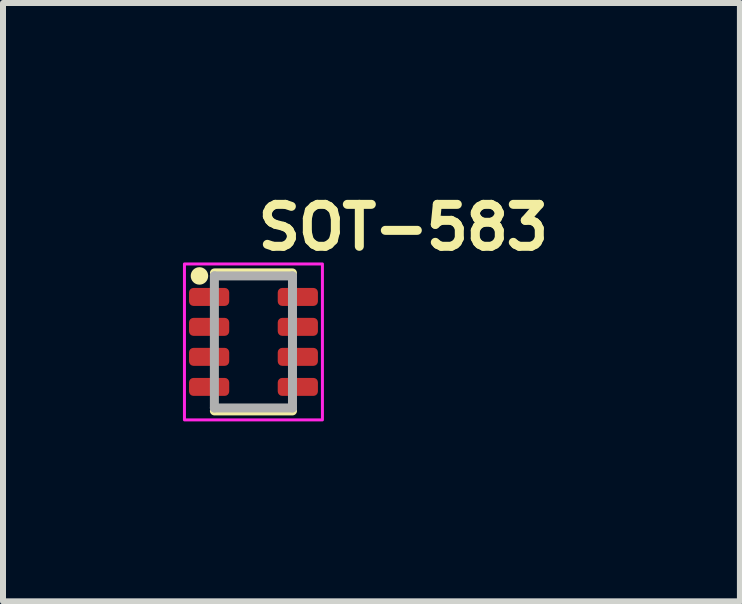
<source format=kicad_pcb>
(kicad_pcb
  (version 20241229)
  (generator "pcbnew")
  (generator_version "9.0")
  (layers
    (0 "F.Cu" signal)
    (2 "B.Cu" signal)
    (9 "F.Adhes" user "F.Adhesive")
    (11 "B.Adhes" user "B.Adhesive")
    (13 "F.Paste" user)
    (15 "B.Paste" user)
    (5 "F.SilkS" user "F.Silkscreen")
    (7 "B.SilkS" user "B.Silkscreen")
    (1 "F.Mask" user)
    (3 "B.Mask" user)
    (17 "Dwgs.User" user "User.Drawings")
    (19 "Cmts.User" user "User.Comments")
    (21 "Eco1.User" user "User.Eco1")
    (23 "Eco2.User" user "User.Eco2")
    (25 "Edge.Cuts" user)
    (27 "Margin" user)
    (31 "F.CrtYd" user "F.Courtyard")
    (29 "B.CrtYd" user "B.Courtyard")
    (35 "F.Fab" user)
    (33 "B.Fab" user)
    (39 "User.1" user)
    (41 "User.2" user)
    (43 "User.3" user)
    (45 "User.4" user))
  (footprint "SOT-583"
    (layer "F.Cu")
    (at 1.175 2.65)
    (property "Reference" "SOT-583" (at 0 -1.5 0) (layer "F.SilkS") (effects (font (size 0.7 0.7) (thickness 0.15)) (justify left bottom)))
    (attr smd)
    (fp_line (start -0.651 1.15) (end 0.651 1.15) (stroke (width 0.15) (type solid)) (layer "F.SilkS"))
    (fp_line (start -0.65 -1.15) (end 0.65 -1.15) (stroke (width 0.15) (type solid)) (layer "F.SilkS"))
    (fp_circle (center -0.9 -1.1) (end -0.85 -1.05) (stroke (width 0.15) (type solid)) (fill yes) (layer "F.SilkS"))
    (fp_rect (start -1.15 -1.3) (end 1.15 1.3) (stroke (width 0.05) (type solid)) (fill no) (layer "F.CrtYd"))
    (fp_line (start -0.651 -1.101) (end 0.651 -1.101) (stroke (width 0.15) (type solid)) (layer "F.Fab"))
    (fp_line (start -0.651 1.101) (end -0.651 -1.101) (stroke (width 0.15) (type solid)) (layer "F.Fab"))
    (fp_line (start -0.651 1.101) (end 0.651 1.101) (stroke (width 0.15) (type solid)) (layer "F.Fab"))
    (fp_line (start 0.651 1.101) (end 0.651 -1.101) (stroke (width 0.15) (type solid)) (layer "F.Fab"))
    (fp_rect (start -0.799 -1.05) (end 0.801 1.05) (stroke (width 0.1) (type solid)) (fill no) (layer "User.5"))
    (fp_line (start -0.799 -0.851) (end -0.799 -0.649) (stroke (width 0.02) (type solid)) (layer "User.9"))
    (fp_line (start -0.799 -0.649) (end -0.591 -0.649) (stroke (width 0.02) (type solid)) (layer "User.9"))
    (fp_line (start -0.799 -0.349) (end -0.799 -0.15) (stroke (width 0.02) (type solid)) (layer "User.9"))
    (fp_line (start -0.799 -0.15) (end -0.591 -0.15) (stroke (width 0.02) (type solid)) (layer "User.9"))
    (fp_line (start -0.799 0.15) (end -0.799 0.35) (stroke (width 0.02) (type solid)) (layer "User.9"))
    (fp_line (start -0.799 0.35) (end -0.591 0.35) (stroke (width 0.02) (type solid)) (layer "User.9"))
    (fp_line (start -0.799 0.65) (end -0.799 0.851) (stroke (width 0.02) (type solid)) (layer "User.9"))
    (fp_line (start -0.799 0.851) (end -0.591 0.851) (stroke (width 0.02) (type solid)) (layer "User.9"))
    (fp_line (start -0.599 -1.006) (end -0.598 -1.01) (stroke (width 0.02) (type solid)) (layer "User.9"))
    (fp_line (start -0.599 -1) (end -0.599 -1.006) (stroke (width 0.02) (type solid)) (layer "User.9"))
    (fp_line (start -0.599 -0.851) (end -0.599 -1) (stroke (width 0.02) (type solid)) (layer "User.9"))
    (fp_line (start -0.599 -0.349) (end -0.599 -0.649) (stroke (width 0.02) (type solid)) (layer "User.9"))
    (fp_line (start -0.599 0.15) (end -0.599 -0.15) (stroke (width 0.02) (type solid)) (layer "User.9"))
    (fp_line (start -0.599 0.65) (end -0.599 0.35) (stroke (width 0.02) (type solid)) (layer "User.9"))
    (fp_line (start -0.599 1) (end -0.599 0.851) (stroke (width 0.02) (type solid)) (layer "User.9"))
    (fp_line (start -0.599 1.006) (end -0.599 1) (stroke (width 0.02) (type solid)) (layer "User.9"))
    (fp_line (start -0.598 -1.012) (end -0.597 -1.014) (stroke (width 0.02) (type solid)) (layer "User.9"))
    (fp_line (start -0.598 -1.01) (end -0.598 -1.012) (stroke (width 0.02) (type solid)) (layer "User.9"))
    (fp_line (start -0.598 1.008) (end -0.599 1.006) (stroke (width 0.02) (type solid)) (layer "User.9"))
    (fp_line (start -0.598 1.012) (end -0.598 1.008) (stroke (width 0.02) (type solid)) (layer "User.9"))
    (fp_line (start -0.597 -1.016) (end -0.596 -1.02) (stroke (width 0.02) (type solid)) (layer "User.9"))
    (fp_line (start -0.597 -1.014) (end -0.597 -1.016) (stroke (width 0.02) (type solid)) (layer "User.9"))
    (fp_line (start -0.597 1.014) (end -0.598 1.012) (stroke (width 0.02) (type solid)) (layer "User.9"))
    (fp_line (start -0.597 1.016) (end -0.597 1.014) (stroke (width 0.02) (type solid)) (layer "User.9"))
    (fp_line (start -0.596 -1.02) (end -0.595 -1.022) (stroke (width 0.02) (type solid)) (layer "User.9"))
    (fp_line (start -0.596 1.018) (end -0.597 1.016) (stroke (width 0.02) (type solid)) (layer "User.9"))
    (fp_line (start -0.595 -1.024) (end -0.594 -1.026) (stroke (width 0.02) (type solid)) (layer "User.9"))
    (fp_line (start -0.595 -1.022) (end -0.595 -1.024) (stroke (width 0.02) (type solid)) (layer "User.9"))
    (fp_line (start -0.595 1.02) (end -0.596 1.018) (stroke (width 0.02) (type solid)) (layer "User.9"))
    (fp_line (start -0.595 1.022) (end -0.595 1.02) (stroke (width 0.02) (type solid)) (layer "User.9"))
    (fp_line (start -0.594 -1.026) (end -0.593 -1.028) (stroke (width 0.02) (type solid)) (layer "User.9"))
    (fp_line (start -0.594 1.024) (end -0.595 1.022) (stroke (width 0.02) (type solid)) (layer "User.9"))
    (fp_line (start -0.593 -1.028) (end -0.592 -1.03) (stroke (width 0.02) (type solid)) (layer "User.9"))
    (fp_line (start -0.593 1.026) (end -0.594 1.024) (stroke (width 0.02) (type solid)) (layer "User.9"))
    (fp_line (start -0.592 -1.03) (end -0.59 -1.032) (stroke (width 0.02) (type solid)) (layer "User.9"))
    (fp_line (start -0.592 1.028) (end -0.593 1.026) (stroke (width 0.02) (type solid)) (layer "User.9"))
    (fp_line (start -0.591 -0.851) (end -0.799 -0.851) (stroke (width 0.02) (type solid)) (layer "User.9"))
    (fp_line (start -0.591 -0.649) (end -0.591 -0.851) (stroke (width 0.02) (type solid)) (layer "User.9"))
    (fp_line (start -0.591 -0.349) (end -0.799 -0.349) (stroke (width 0.02) (type solid)) (layer "User.9"))
    (fp_line (start -0.591 -0.15) (end -0.591 -0.349) (stroke (width 0.02) (type solid)) (layer "User.9"))
    (fp_line (start -0.591 0.15) (end -0.799 0.15) (stroke (width 0.02) (type solid)) (layer "User.9"))
    (fp_line (start -0.591 0.35) (end -0.591 0.15) (stroke (width 0.02) (type solid)) (layer "User.9"))
    (fp_line (start -0.591 0.65) (end -0.799 0.65) (stroke (width 0.02) (type solid)) (layer "User.9"))
    (fp_line (start -0.591 0.851) (end -0.591 0.65) (stroke (width 0.02) (type solid)) (layer "User.9"))
    (fp_line (start -0.59 -1.032) (end -0.589 -1.034) (stroke (width 0.02) (type solid)) (layer "User.9"))
    (fp_line (start -0.59 1.03) (end -0.592 1.028) (stroke (width 0.02) (type solid)) (layer "User.9"))
    (fp_line (start -0.589 -1.034) (end -0.588 -1.036) (stroke (width 0.02) (type solid)) (layer "User.9"))
    (fp_line (start -0.589 1.032) (end -0.59 1.03) (stroke (width 0.02) (type solid)) (layer "User.9"))
    (fp_line (start -0.588 -1.036) (end -0.586 -1.036) (stroke (width 0.02) (type solid)) (layer "User.9"))
    (fp_line (start -0.588 1.034) (end -0.589 1.032) (stroke (width 0.02) (type solid)) (layer "User.9"))
    (fp_line (start -0.586 -1.036) (end -0.585 -1.038) (stroke (width 0.02) (type solid)) (layer "User.9"))
    (fp_line (start -0.586 1.036) (end -0.588 1.034) (stroke (width 0.02) (type solid)) (layer "User.9"))
    (fp_line (start -0.585 -1.038) (end -0.583 -1.038) (stroke (width 0.02) (type solid)) (layer "User.9"))
    (fp_line (start -0.585 1.038) (end -0.586 1.036) (stroke (width 0.02) (type solid)) (layer "User.9"))
    (fp_line (start -0.583 -1.038) (end -0.581 -1.04) (stroke (width 0.02) (type solid)) (layer "User.9"))
    (fp_line (start -0.583 1.038) (end -0.585 1.038) (stroke (width 0.02) (type solid)) (layer "User.9"))
    (fp_line (start -0.581 -1.04) (end -0.578 -1.042) (stroke (width 0.02) (type solid)) (layer "User.9"))
    (fp_line (start -0.581 1.04) (end -0.583 1.038) (stroke (width 0.02) (type solid)) (layer "User.9"))
    (fp_line (start -0.578 -1.042) (end -0.576 -1.042) (stroke (width 0.02) (type solid)) (layer "User.9"))
    (fp_line (start -0.578 1.042) (end -0.581 1.04) (stroke (width 0.02) (type solid)) (layer "User.9"))
    (fp_line (start -0.576 -1.042) (end -0.574 -1.044) (stroke (width 0.02) (type solid)) (layer "User.9"))
    (fp_line (start -0.576 1.042) (end -0.578 1.042) (stroke (width 0.02) (type solid)) (layer "User.9"))
    (fp_line (start -0.574 -1.044) (end -0.572 -1.044) (stroke (width 0.02) (type solid)) (layer "User.9"))
    (fp_line (start -0.574 1.042) (end -0.576 1.042) (stroke (width 0.02) (type solid)) (layer "User.9"))
    (fp_line (start -0.572 -1.044) (end -0.57 -1.046) (stroke (width 0.02) (type solid)) (layer "User.9"))
    (fp_line (start -0.572 1.044) (end -0.574 1.042) (stroke (width 0.02) (type solid)) (layer "User.9"))
    (fp_line (start -0.57 -1.046) (end -0.568 -1.046) (stroke (width 0.02) (type solid)) (layer "User.9"))
    (fp_line (start -0.57 1.044) (end -0.572 1.044) (stroke (width 0.02) (type solid)) (layer "User.9"))
    (fp_line (start -0.568 -1.046) (end -0.565 -1.048) (stroke (width 0.02) (type solid)) (layer "User.9"))
    (fp_line (start -0.568 1.046) (end -0.57 1.044) (stroke (width 0.02) (type solid)) (layer "User.9"))
    (fp_line (start -0.565 -1.048) (end -0.564 -1.048) (stroke (width 0.02) (type solid)) (layer "User.9"))
    (fp_line (start -0.565 1.046) (end -0.568 1.046) (stroke (width 0.02) (type solid)) (layer "User.9"))
    (fp_line (start -0.564 -1.048) (end -0.562 -1.048) (stroke (width 0.02) (type solid)) (layer "User.9"))
    (fp_line (start -0.564 1.046) (end -0.565 1.046) (stroke (width 0.02) (type solid)) (layer "User.9"))
    (fp_line (start -0.562 -1.048) (end -0.559 -1.048) (stroke (width 0.02) (type solid)) (layer "User.9"))
    (fp_line (start -0.562 1.048) (end -0.564 1.046) (stroke (width 0.02) (type solid)) (layer "User.9"))
    (fp_line (start -0.559 -1.048) (end -0.556 -1.05) (stroke (width 0.02) (type solid)) (layer "User.9"))
    (fp_line (start -0.559 1.048) (end -0.562 1.048) (stroke (width 0.02) (type solid)) (layer "User.9"))
    (fp_line (start -0.556 -1.05) (end -0.551 -1.05) (stroke (width 0.02) (type solid)) (layer "User.9"))
    (fp_line (start -0.556 1.048) (end -0.559 1.048) (stroke (width 0.02) (type solid)) (layer "User.9"))
    (fp_line (start -0.554 -0.962) (end -0.554 -0.959) (stroke (width 0.02) (type solid)) (layer "User.9"))
    (fp_line (start -0.554 -0.959) (end -0.554 -0.958) (stroke (width 0.02) (type solid)) (layer "User.9"))
    (fp_line (start -0.554 -0.958) (end -0.554 -0.955) (stroke (width 0.02) (type solid)) (layer "User.9"))
    (fp_line (start -0.553 -0.967) (end -0.553 -0.964) (stroke (width 0.02) (type solid)) (layer "User.9"))
    (fp_line (start -0.553 -0.964) (end -0.554 -0.962) (stroke (width 0.02) (type solid)) (layer "User.9"))
    (fp_line (start -0.552 -0.969) (end -0.553 -0.967) (stroke (width 0.02) (type solid)) (layer "User.9"))
    (fp_line (start -0.551 -0.971) (end -0.552 -0.969) (stroke (width 0.02) (type solid)) (layer "User.9"))
    (fp_line (start -0.551 1.05) (end -0.556 1.048) (stroke (width 0.02) (type solid)) (layer "User.9"))
    (fp_line (start -0.55 -0.974) (end -0.551 -0.971) (stroke (width 0.02) (type solid)) (layer "User.9"))
    (fp_line (start -0.549 -0.977) (end -0.55 -0.974) (stroke (width 0.02) (type solid)) (layer "User.9"))
    (fp_line (start -0.547 -0.979) (end -0.549 -0.977) (stroke (width 0.02) (type solid)) (layer "User.9"))
    (fp_line (start -0.546 -0.981) (end -0.547 -0.979) (stroke (width 0.02) (type solid)) (layer "User.9"))
    (fp_line (start -0.545 -0.983) (end -0.546 -0.981) (stroke (width 0.02) (type solid)) (layer "User.9"))
    (fp_line (start -0.543 -0.985) (end -0.545 -0.983) (stroke (width 0.02) (type solid)) (layer "User.9"))
    (fp_line (start -0.542 -0.987) (end -0.543 -0.985) (stroke (width 0.02) (type solid)) (layer "User.9"))
    (fp_line (start -0.54 -0.989) (end -0.542 -0.987) (stroke (width 0.02) (type solid)) (layer "User.9"))
    (fp_line (start -0.538 -0.99) (end -0.54 -0.989) (stroke (width 0.02) (type solid)) (layer "User.9"))
    (fp_line (start -0.537 -0.991) (end -0.538 -0.99) (stroke (width 0.02) (type solid)) (layer "User.9"))
    (fp_line (start -0.535 -0.993) (end -0.537 -0.991) (stroke (width 0.02) (type solid)) (layer "User.9"))
    (fp_line (start -0.533 -0.994) (end -0.535 -0.993) (stroke (width 0.02) (type solid)) (layer "User.9"))
    (fp_line (start -0.531 -0.996) (end -0.533 -0.994) (stroke (width 0.02) (type solid)) (layer "User.9"))
    (fp_line (start -0.53 -0.997) (end -0.531 -0.996) (stroke (width 0.02) (type solid)) (layer "User.9"))
    (fp_line (start -0.528 -0.998) (end -0.53 -0.997) (stroke (width 0.02) (type solid)) (layer "User.9"))
    (fp_line (start -0.526 -0.999) (end -0.528 -0.998) (stroke (width 0.02) (type solid)) (layer "User.9"))
    (fp_line (start -0.524 -1) (end -0.526 -0.999) (stroke (width 0.02) (type solid)) (layer "User.9"))
    (fp_line (start -0.521 -1) (end -0.524 -1) (stroke (width 0.02) (type solid)) (layer "User.9"))
    (fp_line (start -0.519 -1.002) (end -0.521 -1) (stroke (width 0.02) (type solid)) (layer "User.9"))
    (fp_line (start -0.517 -1.002) (end -0.519 -1.002) (stroke (width 0.02) (type solid)) (layer "User.9"))
    (fp_line (start -0.513 -1.002) (end -0.517 -1.002) (stroke (width 0.02) (type solid)) (layer "User.9"))
    (fp_line (start -0.511 -1.004) (end -0.513 -1.002) (stroke (width 0.02) (type solid)) (layer "User.9"))
    (fp_line (start -0.508 -1.004) (end -0.511 -1.004) (stroke (width 0.02) (type solid)) (layer "User.9"))
    (fp_line (start -0.506 -1.004) (end -0.508 -1.004) (stroke (width 0.02) (type solid)) (layer "User.9"))
    (fp_line (start -0.503 -1.004) (end -0.506 -1.004) (stroke (width 0.02) (type solid)) (layer "User.9"))
    (fp_line (start -0.503 -0.955) (end -0.503 -1.004) (stroke (width 0.02) (type solid)) (layer "User.9"))
    (fp_line (start -0.503 0.954) (end -0.554 0.954) (stroke (width 0.02) (type solid)) (layer "User.9"))
    (fp_line (start -0.503 1.004) (end -0.503 0.954) (stroke (width 0.02) (type solid)) (layer "User.9"))
    (fp_line (start 0.504 -0.955) (end 0.553 -0.955) (stroke (width 0.02) (type solid)) (layer "User.9"))
    (fp_line (start 0.504 0.954) (end 0.504 1.004) (stroke (width 0.02) (type solid)) (layer "User.9"))
    (fp_line (start 0.504 1.004) (end 0.506 1.004) (stroke (width 0.02) (type solid)) (layer "User.9"))
    (fp_line (start 0.506 -1.004) (end 0.504 -1.004) (stroke (width 0.02) (type solid)) (layer "User.9"))
    (fp_line (start 0.506 1.004) (end 0.508 1.004) (stroke (width 0.02) (type solid)) (layer "User.9"))
    (fp_line (start 0.508 -1.004) (end 0.506 -1.004) (stroke (width 0.02) (type solid)) (layer "User.9"))
    (fp_line (start 0.508 1.004) (end 0.512 1.004) (stroke (width 0.02) (type solid)) (layer "User.9"))
    (fp_line (start 0.512 -1.004) (end 0.508 -1.004) (stroke (width 0.02) (type solid)) (layer "User.9"))
    (fp_line (start 0.512 1.004) (end 0.514 1.002) (stroke (width 0.02) (type solid)) (layer "User.9"))
    (fp_line (start 0.514 -1.002) (end 0.512 -1.004) (stroke (width 0.02) (type solid)) (layer "User.9"))
    (fp_line (start 0.514 1.002) (end 0.516 1.002) (stroke (width 0.02) (type solid)) (layer "User.9"))
    (fp_line (start 0.516 -1.002) (end 0.514 -1.002) (stroke (width 0.02) (type solid)) (layer "User.9"))
    (fp_line (start 0.516 1.002) (end 0.518 1.002) (stroke (width 0.02) (type solid)) (layer "User.9"))
    (fp_line (start 0.518 -1.002) (end 0.516 -1.002) (stroke (width 0.02) (type solid)) (layer "User.9"))
    (fp_line (start 0.518 1.002) (end 0.52 1) (stroke (width 0.02) (type solid)) (layer "User.9"))
    (fp_line (start 0.52 -1) (end 0.518 -1.002) (stroke (width 0.02) (type solid)) (layer "User.9"))
    (fp_line (start 0.52 1) (end 0.524 1) (stroke (width 0.02) (type solid)) (layer "User.9"))
    (fp_line (start 0.524 -1) (end 0.52 -1) (stroke (width 0.02) (type solid)) (layer "User.9"))
    (fp_line (start 0.524 1) (end 0.526 0.998) (stroke (width 0.02) (type solid)) (layer "User.9"))
    (fp_line (start 0.526 -0.999) (end 0.524 -1) (stroke (width 0.02) (type solid)) (layer "User.9"))
    (fp_line (start 0.526 0.998) (end 0.528 0.998) (stroke (width 0.02) (type solid)) (layer "User.9"))
    (fp_line (start 0.528 -0.998) (end 0.526 -0.999) (stroke (width 0.02) (type solid)) (layer "User.9"))
    (fp_line (start 0.528 0.998) (end 0.53 0.996) (stroke (width 0.02) (type solid)) (layer "User.9"))
    (fp_line (start 0.53 -0.997) (end 0.528 -0.998) (stroke (width 0.02) (type solid)) (layer "User.9"))
    (fp_line (start 0.53 0.996) (end 0.532 0.996) (stroke (width 0.02) (type solid)) (layer "User.9"))
    (fp_line (start 0.532 -0.996) (end 0.53 -0.997) (stroke (width 0.02) (type solid)) (layer "User.9"))
    (fp_line (start 0.532 0.996) (end 0.534 0.994) (stroke (width 0.02) (type solid)) (layer "User.9"))
    (fp_line (start 0.534 -0.994) (end 0.532 -0.996) (stroke (width 0.02) (type solid)) (layer "User.9"))
    (fp_line (start 0.534 0.994) (end 0.536 0.992) (stroke (width 0.02) (type solid)) (layer "User.9"))
    (fp_line (start 0.536 -0.993) (end 0.534 -0.994) (stroke (width 0.02) (type solid)) (layer "User.9"))
    (fp_line (start 0.536 0.992) (end 0.538 0.99) (stroke (width 0.02) (type solid)) (layer "User.9"))
    (fp_line (start 0.538 -0.991) (end 0.536 -0.993) (stroke (width 0.02) (type solid)) (layer "User.9"))
    (fp_line (start 0.538 -0.99) (end 0.538 -0.991) (stroke (width 0.02) (type solid)) (layer "User.9"))
    (fp_line (start 0.538 0.988) (end 0.541 0.988) (stroke (width 0.02) (type solid)) (layer "User.9"))
    (fp_line (start 0.538 0.99) (end 0.538 0.988) (stroke (width 0.02) (type solid)) (layer "User.9"))
    (fp_line (start 0.541 -0.989) (end 0.538 -0.99) (stroke (width 0.02) (type solid)) (layer "User.9"))
    (fp_line (start 0.541 0.988) (end 0.543 0.986) (stroke (width 0.02) (type solid)) (layer "User.9"))
    (fp_line (start 0.543 -0.987) (end 0.541 -0.989) (stroke (width 0.02) (type solid)) (layer "User.9"))
    (fp_line (start 0.543 -0.985) (end 0.543 -0.987) (stroke (width 0.02) (type solid)) (layer "User.9"))
    (fp_line (start 0.543 0.984) (end 0.545 0.982) (stroke (width 0.02) (type solid)) (layer "User.9"))
    (fp_line (start 0.543 0.986) (end 0.543 0.984) (stroke (width 0.02) (type solid)) (layer "User.9"))
    (fp_line (start 0.545 -0.983) (end 0.543 -0.985) (stroke (width 0.02) (type solid)) (layer "User.9"))
    (fp_line (start 0.545 0.982) (end 0.547 0.98) (stroke (width 0.02) (type solid)) (layer "User.9"))
    (fp_line (start 0.547 -0.981) (end 0.545 -0.983) (stroke (width 0.02) (type solid)) (layer "User.9"))
    (fp_line (start 0.547 -0.979) (end 0.547 -0.981) (stroke (width 0.02) (type solid)) (layer "User.9"))
    (fp_line (start 0.547 0.978) (end 0.549 0.976) (stroke (width 0.02) (type solid)) (layer "User.9"))
    (fp_line (start 0.547 0.98) (end 0.547 0.978) (stroke (width 0.02) (type solid)) (layer "User.9"))
    (fp_line (start 0.549 -0.977) (end 0.547 -0.979) (stroke (width 0.02) (type solid)) (layer "User.9"))
    (fp_line (start 0.549 -0.974) (end 0.549 -0.977) (stroke (width 0.02) (type solid)) (layer "User.9"))
    (fp_line (start 0.549 0.974) (end 0.551 0.97) (stroke (width 0.02) (type solid)) (layer "User.9"))
    (fp_line (start 0.549 0.976) (end 0.549 0.974) (stroke (width 0.02) (type solid)) (layer "User.9"))
    (fp_line (start 0.551 -1.05) (end -0.551 -1.05) (stroke (width 0.02) (type solid)) (layer "User.9"))
    (fp_line (start 0.551 -1.05) (end 0.555 -1.05) (stroke (width 0.02) (type solid)) (layer "User.9"))
    (fp_line (start 0.551 -0.971) (end 0.549 -0.974) (stroke (width 0.02) (type solid)) (layer "User.9"))
    (fp_line (start 0.551 -0.969) (end 0.551 -0.971) (stroke (width 0.02) (type solid)) (layer "User.9"))
    (fp_line (start 0.551 0.968) (end 0.553 0.966) (stroke (width 0.02) (type solid)) (layer "User.9"))
    (fp_line (start 0.551 0.97) (end 0.551 0.968) (stroke (width 0.02) (type solid)) (layer "User.9"))
    (fp_line (start 0.551 1.05) (end -0.551 1.05) (stroke (width 0.02) (type solid)) (layer "User.9"))
    (fp_line (start 0.553 -0.967) (end 0.551 -0.969) (stroke (width 0.02) (type solid)) (layer "User.9"))
    (fp_line (start 0.553 -0.964) (end 0.553 -0.967) (stroke (width 0.02) (type solid)) (layer "User.9"))
    (fp_line (start 0.553 -0.962) (end 0.553 -0.964) (stroke (width 0.02) (type solid)) (layer "User.9"))
    (fp_line (start 0.553 -0.959) (end 0.553 -0.962) (stroke (width 0.02) (type solid)) (layer "User.9"))
    (fp_line (start 0.553 -0.958) (end 0.553 -0.959) (stroke (width 0.02) (type solid)) (layer "User.9"))
    (fp_line (start 0.553 -0.955) (end 0.553 -0.958) (stroke (width 0.02) (type solid)) (layer "User.9"))
    (fp_line (start 0.553 0.956) (end 0.553 0.954) (stroke (width 0.02) (type solid)) (layer "User.9"))
    (fp_line (start 0.553 0.958) (end 0.553 0.956) (stroke (width 0.02) (type solid)) (layer "User.9"))
    (fp_line (start 0.553 0.962) (end 0.553 0.958) (stroke (width 0.02) (type solid)) (layer "User.9"))
    (fp_line (start 0.553 0.964) (end 0.553 0.962) (stroke (width 0.02) (type solid)) (layer "User.9"))
    (fp_line (start 0.553 0.966) (end 0.553 0.964) (stroke (width 0.02) (type solid)) (layer "User.9"))
    (fp_line (start 0.555 -1.05) (end 0.559 -1.048) (stroke (width 0.02) (type solid)) (layer "User.9"))
    (fp_line (start 0.555 1.048) (end 0.551 1.05) (stroke (width 0.02) (type solid)) (layer "User.9"))
    (fp_line (start 0.559 -1.048) (end 0.561 -1.048) (stroke (width 0.02) (type solid)) (layer "User.9"))
    (fp_line (start 0.559 1.048) (end 0.555 1.048) (stroke (width 0.02) (type solid)) (layer "User.9"))
    (fp_line (start 0.561 -1.048) (end 0.563 -1.048) (stroke (width 0.02) (type solid)) (layer "User.9"))
    (fp_line (start 0.561 1.048) (end 0.559 1.048) (stroke (width 0.02) (type solid)) (layer "User.9"))
    (fp_line (start 0.563 -1.048) (end 0.565 -1.048) (stroke (width 0.02) (type solid)) (layer "User.9"))
    (fp_line (start 0.563 1.046) (end 0.561 1.048) (stroke (width 0.02) (type solid)) (layer "User.9"))
    (fp_line (start 0.565 -1.048) (end 0.569 -1.046) (stroke (width 0.02) (type solid)) (layer "User.9"))
    (fp_line (start 0.565 1.046) (end 0.563 1.046) (stroke (width 0.02) (type solid)) (layer "User.9"))
    (fp_line (start 0.569 -1.046) (end 0.571 -1.046) (stroke (width 0.02) (type solid)) (layer "User.9"))
    (fp_line (start 0.569 1.046) (end 0.565 1.046) (stroke (width 0.02) (type solid)) (layer "User.9"))
    (fp_line (start 0.571 -1.046) (end 0.573 -1.044) (stroke (width 0.02) (type solid)) (layer "User.9"))
    (fp_line (start 0.571 1.044) (end 0.569 1.046) (stroke (width 0.02) (type solid)) (layer "User.9"))
    (fp_line (start 0.573 -1.044) (end 0.575 -1.044) (stroke (width 0.02) (type solid)) (layer "User.9"))
    (fp_line (start 0.573 1.044) (end 0.571 1.044) (stroke (width 0.02) (type solid)) (layer "User.9"))
    (fp_line (start 0.575 -1.044) (end 0.577 -1.042) (stroke (width 0.02) (type solid)) (layer "User.9"))
    (fp_line (start 0.575 1.042) (end 0.573 1.044) (stroke (width 0.02) (type solid)) (layer "User.9"))
    (fp_line (start 0.577 -1.042) (end 0.579 -1.042) (stroke (width 0.02) (type solid)) (layer "User.9"))
    (fp_line (start 0.577 1.042) (end 0.575 1.042) (stroke (width 0.02) (type solid)) (layer "User.9"))
    (fp_line (start 0.579 -1.042) (end 0.581 -1.04) (stroke (width 0.02) (type solid)) (layer "User.9"))
    (fp_line (start 0.579 1.042) (end 0.577 1.042) (stroke (width 0.02) (type solid)) (layer "User.9"))
    (fp_line (start 0.581 -1.04) (end 0.583 -1.038) (stroke (width 0.02) (type solid)) (layer "User.9"))
    (fp_line (start 0.581 1.04) (end 0.579 1.042) (stroke (width 0.02) (type solid)) (layer "User.9"))
    (fp_line (start 0.583 -1.038) (end 0.585 -1.038) (stroke (width 0.02) (type solid)) (layer "User.9"))
    (fp_line (start 0.583 1.038) (end 0.581 1.04) (stroke (width 0.02) (type solid)) (layer "User.9"))
    (fp_line (start 0.585 -1.038) (end 0.585 -1.036) (stroke (width 0.02) (type solid)) (layer "User.9"))
    (fp_line (start 0.585 -1.036) (end 0.587 -1.036) (stroke (width 0.02) (type solid)) (layer "User.9"))
    (fp_line (start 0.585 1.036) (end 0.585 1.038) (stroke (width 0.02) (type solid)) (layer "User.9"))
    (fp_line (start 0.585 1.038) (end 0.583 1.038) (stroke (width 0.02) (type solid)) (layer "User.9"))
    (fp_line (start 0.587 -1.036) (end 0.589 -1.034) (stroke (width 0.02) (type solid)) (layer "User.9"))
    (fp_line (start 0.587 1.034) (end 0.585 1.036) (stroke (width 0.02) (type solid)) (layer "User.9"))
    (fp_line (start 0.589 -1.034) (end 0.589 -1.032) (stroke (width 0.02) (type solid)) (layer "User.9"))
    (fp_line (start 0.589 -1.032) (end 0.591 -1.03) (stroke (width 0.02) (type solid)) (layer "User.9"))
    (fp_line (start 0.589 1.03) (end 0.589 1.032) (stroke (width 0.02) (type solid)) (layer "User.9"))
    (fp_line (start 0.589 1.032) (end 0.587 1.034) (stroke (width 0.02) (type solid)) (layer "User.9"))
    (fp_line (start 0.591 -1.03) (end 0.593 -1.028) (stroke (width 0.02) (type solid)) (layer "User.9"))
    (fp_line (start 0.591 -0.851) (end 0.801 -0.851) (stroke (width 0.02) (type solid)) (layer "User.9"))
    (fp_line (start 0.591 -0.649) (end 0.591 -0.851) (stroke (width 0.02) (type solid)) (layer "User.9"))
    (fp_line (start 0.591 -0.349) (end 0.801 -0.349) (stroke (width 0.02) (type solid)) (layer "User.9"))
    (fp_line (start 0.591 -0.15) (end 0.591 -0.349) (stroke (width 0.02) (type solid)) (layer "User.9"))
    (fp_line (start 0.591 0.15) (end 0.801 0.15) (stroke (width 0.02) (type solid)) (layer "User.9"))
    (fp_line (start 0.591 0.35) (end 0.591 0.15) (stroke (width 0.02) (type solid)) (layer "User.9"))
    (fp_line (start 0.591 0.65) (end 0.801 0.65) (stroke (width 0.02) (type solid)) (layer "User.9"))
    (fp_line (start 0.591 0.851) (end 0.591 0.65) (stroke (width 0.02) (type solid)) (layer "User.9"))
    (fp_line (start 0.591 1.028) (end 0.589 1.03) (stroke (width 0.02) (type solid)) (layer "User.9"))
    (fp_line (start 0.593 -1.028) (end 0.593 -1.026) (stroke (width 0.02) (type solid)) (layer "User.9"))
    (fp_line (start 0.593 -1.026) (end 0.595 -1.024) (stroke (width 0.02) (type solid)) (layer "User.9"))
    (fp_line (start 0.593 1.024) (end 0.593 1.026) (stroke (width 0.02) (type solid)) (layer "User.9"))
    (fp_line (start 0.593 1.026) (end 0.591 1.028) (stroke (width 0.02) (type solid)) (layer "User.9"))
    (fp_line (start 0.595 -1.024) (end 0.595 -1.022) (stroke (width 0.02) (type solid)) (layer "User.9"))
    (fp_line (start 0.595 -1.022) (end 0.597 -1.02) (stroke (width 0.02) (type solid)) (layer "User.9"))
    (fp_line (start 0.595 1.02) (end 0.595 1.022) (stroke (width 0.02) (type solid)) (layer "User.9"))
    (fp_line (start 0.595 1.022) (end 0.593 1.024) (stroke (width 0.02) (type solid)) (layer "User.9"))
    (fp_line (start 0.597 -1.02) (end 0.597 -1.016) (stroke (width 0.02) (type solid)) (layer "User.9"))
    (fp_line (start 0.597 -1.016) (end 0.597 -1.014) (stroke (width 0.02) (type solid)) (layer "User.9"))
    (fp_line (start 0.597 -1.014) (end 0.599 -1.012) (stroke (width 0.02) (type solid)) (layer "User.9"))
    (fp_line (start 0.597 1.014) (end 0.597 1.016) (stroke (width 0.02) (type solid)) (layer "User.9"))
    (fp_line (start 0.597 1.016) (end 0.597 1.018) (stroke (width 0.02) (type solid)) (layer "User.9"))
    (fp_line (start 0.597 1.018) (end 0.595 1.02) (stroke (width 0.02) (type solid)) (layer "User.9"))
    (fp_line (start 0.599 -1.012) (end 0.599 -1.01) (stroke (width 0.02) (type solid)) (layer "User.9"))
    (fp_line (start 0.599 -1.01) (end 0.599 -1.006) (stroke (width 0.02) (type solid)) (layer "User.9"))
    (fp_line (start 0.599 -1.006) (end 0.601 -1) (stroke (width 0.02) (type solid)) (layer "User.9"))
    (fp_line (start 0.599 1.006) (end 0.599 1.008) (stroke (width 0.02) (type solid)) (layer "User.9"))
    (fp_line (start 0.599 1.008) (end 0.599 1.012) (stroke (width 0.02) (type solid)) (layer "User.9"))
    (fp_line (start 0.599 1.012) (end 0.597 1.014) (stroke (width 0.02) (type solid)) (layer "User.9"))
    (fp_line (start 0.601 -0.851) (end 0.601 -1) (stroke (width 0.02) (type solid)) (layer "User.9"))
    (fp_line (start 0.601 -0.349) (end 0.601 -0.649) (stroke (width 0.02) (type solid)) (layer "User.9"))
    (fp_line (start 0.601 0.15) (end 0.601 -0.15) (stroke (width 0.02) (type solid)) (layer "User.9"))
    (fp_line (start 0.601 0.65) (end 0.601 0.35) (stroke (width 0.02) (type solid)) (layer "User.9"))
    (fp_line (start 0.601 1) (end 0.599 1.006) (stroke (width 0.02) (type solid)) (layer "User.9"))
    (fp_line (start 0.601 1) (end 0.601 0.851) (stroke (width 0.02) (type solid)) (layer "User.9"))
    (fp_line (start 0.801 -0.851) (end 0.801 -0.649) (stroke (width 0.02) (type solid)) (layer "User.9"))
    (fp_line (start 0.801 -0.649) (end 0.591 -0.649) (stroke (width 0.02) (type solid)) (layer "User.9"))
    (fp_line (start 0.801 -0.349) (end 0.801 -0.15) (stroke (width 0.02) (type solid)) (layer "User.9"))
    (fp_line (start 0.801 -0.15) (end 0.591 -0.15) (stroke (width 0.02) (type solid)) (layer "User.9"))
    (fp_line (start 0.801 0.15) (end 0.801 0.35) (stroke (width 0.02) (type solid)) (layer "User.9"))
    (fp_line (start 0.801 0.35) (end 0.591 0.35) (stroke (width 0.02) (type solid)) (layer "User.9"))
    (fp_line (start 0.801 0.65) (end 0.801 0.851) (stroke (width 0.02) (type solid)) (layer "User.9"))
    (fp_line (start 0.801 0.851) (end 0.591 0.851) (stroke (width 0.02) (type solid)) (layer "User.9"))
    (pad "1" smd roundrect (at -0.739 -0.75) (size 0.67 0.3) (layers "F.Cu" "F.Mask" "F.Paste") (roundrect_rratio 0.25))
    (pad "2" smd roundrect (at -0.739 -0.251) (size 0.67 0.3) (layers "F.Cu" "F.Mask" "F.Paste") (roundrect_rratio 0.25))
    (pad "3" smd roundrect (at -0.739 0.249) (size 0.67 0.3) (layers "F.Cu" "F.Mask" "F.Paste") (roundrect_rratio 0.25))
    (pad "4" smd roundrect (at -0.739 0.75) (size 0.67 0.3) (layers "F.Cu" "F.Mask" "F.Paste") (roundrect_rratio 0.25))
    (pad "5" smd roundrect (at 0.74 0.75) (size 0.67 0.3) (layers "F.Cu" "F.Mask" "F.Paste") (roundrect_rratio 0.25))
    (pad "6" smd roundrect (at 0.74 0.249) (size 0.67 0.3) (layers "F.Cu" "F.Mask" "F.Paste") (roundrect_rratio 0.25))
    (pad "7" smd roundrect (at 0.74 -0.251) (size 0.67 0.3) (layers "F.Cu" "F.Mask" "F.Paste") (roundrect_rratio 0.25))
    (pad "8" smd roundrect (at 0.74 -0.75) (size 0.67 0.3) (layers "F.Cu" "F.Mask" "F.Paste") (roundrect_rratio 0.25)))
  (gr_rect
    (start -3 -3)
    (end 9.285 6.975)
    (stroke (width 0.1) (type default))
    (fill no)
    (layer "Edge.Cuts")))
</source>
